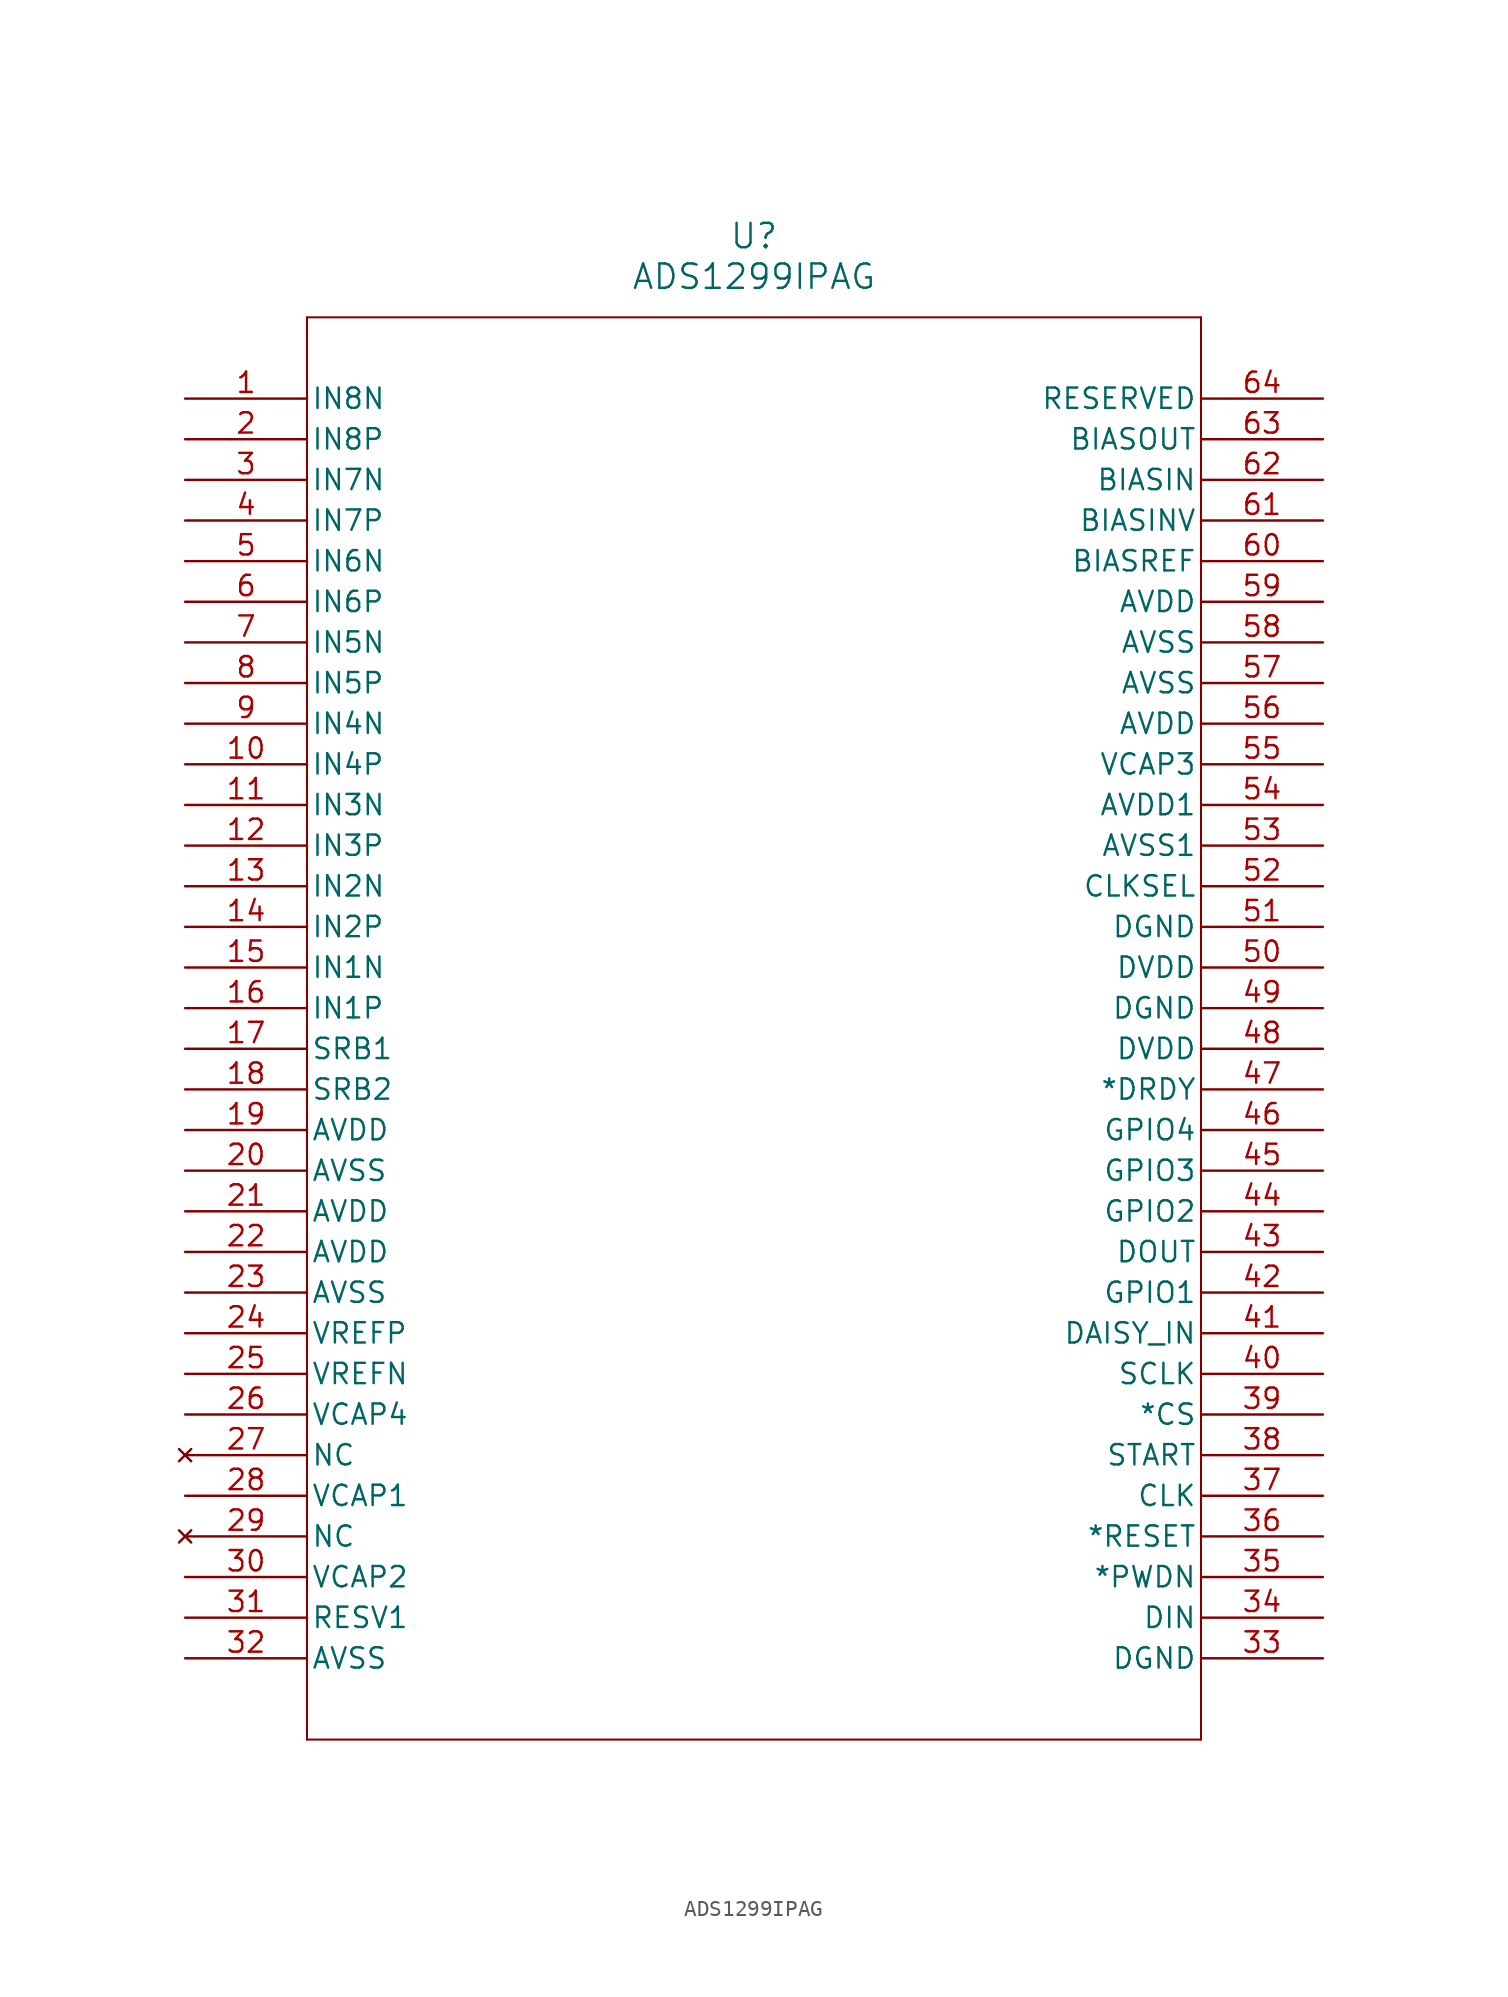
<source format=kicad_sym>
(kicad_symbol_lib
  (version 20211014)
  (generator kicad_symbol_editor)
  (symbol "ADS1299IPAG"
    (pin_names
      (offset 0.254))
    (property "Reference" "U"
      (at 35.56 10.16 0)
      (effects (font (size 1.524 1.524))))
    (property "Value" "ADS1299IPAG"
      (at 35.56 7.62 0)
      (effects (font (size 1.524 1.524))))
    (symbol "ADS1299IPAG_0_1"
      (polyline (pts (xy 7.62 5.08) (xy 7.62 -83.82)) (stroke (width 0.127) (type default) (color 0 0 0 0)) (fill (type none)))
      (polyline (pts (xy 7.62 -83.82) (xy 63.5 -83.82)) (stroke (width 0.127) (type default) (color 0 0 0 0)) (fill (type none)))
      (polyline (pts (xy 63.5 -83.82) (xy 63.5 5.08)) (stroke (width 0.127) (type default) (color 0 0 0 0)) (fill (type none)))
      (polyline (pts (xy 63.5 5.08) (xy 7.62 5.08)) (stroke (width 0.127) (type default) (color 0 0 0 0)) (fill (type none)))
      (pin input line (at 0 0 0) (length 7.62) (name "IN8N" (effects (font (size 1.27 1.27)))) (number "1" (effects (font (size 1.27 1.27)))))
      (pin input line (at 0 -2.54 0) (length 7.62) (name "IN8P" (effects (font (size 1.27 1.27)))) (number "2" (effects (font (size 1.27 1.27)))))
      (pin input line (at 0 -5.08 0) (length 7.62) (name "IN7N" (effects (font (size 1.27 1.27)))) (number "3" (effects (font (size 1.27 1.27)))))
      (pin input line (at 0 -7.62 0) (length 7.62) (name "IN7P" (effects (font (size 1.27 1.27)))) (number "4" (effects (font (size 1.27 1.27)))))
      (pin input line (at 0 -10.16 0) (length 7.62) (name "IN6N" (effects (font (size 1.27 1.27)))) (number "5" (effects (font (size 1.27 1.27)))))
      (pin input line (at 0 -12.7 0) (length 7.62) (name "IN6P" (effects (font (size 1.27 1.27)))) (number "6" (effects (font (size 1.27 1.27)))))
      (pin input line (at 0 -15.24 0) (length 7.62) (name "IN5N" (effects (font (size 1.27 1.27)))) (number "7" (effects (font (size 1.27 1.27)))))
      (pin input line (at 0 -17.78 0) (length 7.62) (name "IN5P" (effects (font (size 1.27 1.27)))) (number "8" (effects (font (size 1.27 1.27)))))
      (pin input line (at 0 -20.32 0) (length 7.62) (name "IN4N" (effects (font (size 1.27 1.27)))) (number "9" (effects (font (size 1.27 1.27)))))
      (pin input line (at 0 -22.86 0) (length 7.62) (name "IN4P" (effects (font (size 1.27 1.27)))) (number "10" (effects (font (size 1.27 1.27)))))
      (pin input line (at 0 -25.4 0) (length 7.62) (name "IN3N" (effects (font (size 1.27 1.27)))) (number "11" (effects (font (size 1.27 1.27)))))
      (pin input line (at 0 -27.94 0) (length 7.62) (name "IN3P" (effects (font (size 1.27 1.27)))) (number "12" (effects (font (size 1.27 1.27)))))
      (pin input line (at 0 -30.48 0) (length 7.62) (name "IN2N" (effects (font (size 1.27 1.27)))) (number "13" (effects (font (size 1.27 1.27)))))
      (pin input line (at 0 -33.02 0) (length 7.62) (name "IN2P" (effects (font (size 1.27 1.27)))) (number "14" (effects (font (size 1.27 1.27)))))
      (pin input line (at 0 -35.56 0) (length 7.62) (name "IN1N" (effects (font (size 1.27 1.27)))) (number "15" (effects (font (size 1.27 1.27)))))
      (pin input line (at 0 -38.1 0) (length 7.62) (name "IN1P" (effects (font (size 1.27 1.27)))) (number "16" (effects (font (size 1.27 1.27)))))
      (pin bidirectional line (at 0 -40.64 0) (length 7.62) (name "SRB1" (effects (font (size 1.27 1.27)))) (number "17" (effects (font (size 1.27 1.27)))))
      (pin bidirectional line (at 0 -43.18 0) (length 7.62) (name "SRB2" (effects (font (size 1.27 1.27)))) (number "18" (effects (font (size 1.27 1.27)))))
      (pin power_in line (at 0 -45.72 0) (length 7.62) (name "AVDD" (effects (font (size 1.27 1.27)))) (number "19" (effects (font (size 1.27 1.27)))))
      (pin power_in line (at 0 -48.26 0) (length 7.62) (name "AVSS" (effects (font (size 1.27 1.27)))) (number "20" (effects (font (size 1.27 1.27)))))
      (pin power_in line (at 0 -50.8 0) (length 7.62) (name "AVDD" (effects (font (size 1.27 1.27)))) (number "21" (effects (font (size 1.27 1.27)))))
      (pin power_in line (at 0 -53.34 0) (length 7.62) (name "AVDD" (effects (font (size 1.27 1.27)))) (number "22" (effects (font (size 1.27 1.27)))))
      (pin power_in line (at 0 -55.88 0) (length 7.62) (name "AVSS" (effects (font (size 1.27 1.27)))) (number "23" (effects (font (size 1.27 1.27)))))
      (pin bidirectional line (at 0 -58.42 0) (length 7.62) (name "VREFP" (effects (font (size 1.27 1.27)))) (number "24" (effects (font (size 1.27 1.27)))))
      (pin input line (at 0 -60.96 0) (length 7.62) (name "VREFN" (effects (font (size 1.27 1.27)))) (number "25" (effects (font (size 1.27 1.27)))))
      (pin output line (at 0 -63.5 0) (length 7.62) (name "VCAP4" (effects (font (size 1.27 1.27)))) (number "26" (effects (font (size 1.27 1.27)))))
      (pin no_connect line (at 0 -66.04 0) (length 7.62) (name "NC" (effects (font (size 1.27 1.27)))) (number "27" (effects (font (size 1.27 1.27)))))
      (pin unspecified line (at 0 -68.58 0) (length 7.62) (name "VCAP1" (effects (font (size 1.27 1.27)))) (number "28" (effects (font (size 1.27 1.27)))))
      (pin no_connect line (at 0 -71.12 0) (length 7.62) (name "NC" (effects (font (size 1.27 1.27)))) (number "29" (effects (font (size 1.27 1.27)))))
      (pin unspecified line (at 0 -73.66 0) (length 7.62) (name "VCAP2" (effects (font (size 1.27 1.27)))) (number "30" (effects (font (size 1.27 1.27)))))
      (pin input line (at 0 -76.2 0) (length 7.62) (name "RESV1" (effects (font (size 1.27 1.27)))) (number "31" (effects (font (size 1.27 1.27)))))
      (pin power_in line (at 0 -78.74 0) (length 7.62) (name "AVSS" (effects (font (size 1.27 1.27)))) (number "32" (effects (font (size 1.27 1.27)))))
      (pin power_in line (at 71.12 -78.74 180) (length 7.62) (name "DGND" (effects (font (size 1.27 1.27)))) (number "33" (effects (font (size 1.27 1.27)))))
      (pin input line (at 71.12 -76.2 180) (length 7.62) (name "DIN" (effects (font (size 1.27 1.27)))) (number "34" (effects (font (size 1.27 1.27)))))
      (pin power_in line (at 71.12 -73.66 180) (length 7.62) (name "*PWDN" (effects (font (size 1.27 1.27)))) (number "35" (effects (font (size 1.27 1.27)))))
      (pin input line (at 71.12 -71.12 180) (length 7.62) (name "*RESET" (effects (font (size 1.27 1.27)))) (number "36" (effects (font (size 1.27 1.27)))))
      (pin input line (at 71.12 -68.58 180) (length 7.62) (name "CLK" (effects (font (size 1.27 1.27)))) (number "37" (effects (font (size 1.27 1.27)))))
      (pin input line (at 71.12 -66.04 180) (length 7.62) (name "START" (effects (font (size 1.27 1.27)))) (number "38" (effects (font (size 1.27 1.27)))))
      (pin input line (at 71.12 -63.5 180) (length 7.62) (name "*CS" (effects (font (size 1.27 1.27)))) (number "39" (effects (font (size 1.27 1.27)))))
      (pin input line (at 71.12 -60.96 180) (length 7.62) (name "SCLK" (effects (font (size 1.27 1.27)))) (number "40" (effects (font (size 1.27 1.27)))))
      (pin input line (at 71.12 -58.42 180) (length 7.62) (name "DAISY_IN" (effects (font (size 1.27 1.27)))) (number "41" (effects (font (size 1.27 1.27)))))
      (pin bidirectional line (at 71.12 -55.88 180) (length 7.62) (name "GPIO1" (effects (font (size 1.27 1.27)))) (number "42" (effects (font (size 1.27 1.27)))))
      (pin output line (at 71.12 -53.34 180) (length 7.62) (name "DOUT" (effects (font (size 1.27 1.27)))) (number "43" (effects (font (size 1.27 1.27)))))
      (pin bidirectional line (at 71.12 -50.8 180) (length 7.62) (name "GPIO2" (effects (font (size 1.27 1.27)))) (number "44" (effects (font (size 1.27 1.27)))))
      (pin bidirectional line (at 71.12 -48.26 180) (length 7.62) (name "GPIO3" (effects (font (size 1.27 1.27)))) (number "45" (effects (font (size 1.27 1.27)))))
      (pin bidirectional line (at 71.12 -45.72 180) (length 7.62) (name "GPIO4" (effects (font (size 1.27 1.27)))) (number "46" (effects (font (size 1.27 1.27)))))
      (pin output line (at 71.12 -43.18 180) (length 7.62) (name "*DRDY" (effects (font (size 1.27 1.27)))) (number "47" (effects (font (size 1.27 1.27)))))
      (pin power_in line (at 71.12 -40.64 180) (length 7.62) (name "DVDD" (effects (font (size 1.27 1.27)))) (number "48" (effects (font (size 1.27 1.27)))))
      (pin power_in line (at 71.12 -38.1 180) (length 7.62) (name "DGND" (effects (font (size 1.27 1.27)))) (number "49" (effects (font (size 1.27 1.27)))))
      (pin power_in line (at 71.12 -35.56 180) (length 7.62) (name "DVDD" (effects (font (size 1.27 1.27)))) (number "50" (effects (font (size 1.27 1.27)))))
      (pin power_in line (at 71.12 -33.02 180) (length 7.62) (name "DGND" (effects (font (size 1.27 1.27)))) (number "51" (effects (font (size 1.27 1.27)))))
      (pin input line (at 71.12 -30.48 180) (length 7.62) (name "CLKSEL" (effects (font (size 1.27 1.27)))) (number "52" (effects (font (size 1.27 1.27)))))
      (pin power_in line (at 71.12 -27.94 180) (length 7.62) (name "AVSS1" (effects (font (size 1.27 1.27)))) (number "53" (effects (font (size 1.27 1.27)))))
      (pin power_in line (at 71.12 -25.4 180) (length 7.62) (name "AVDD1" (effects (font (size 1.27 1.27)))) (number "54" (effects (font (size 1.27 1.27)))))
      (pin unspecified line (at 71.12 -22.86 180) (length 7.62) (name "VCAP3" (effects (font (size 1.27 1.27)))) (number "55" (effects (font (size 1.27 1.27)))))
      (pin power_in line (at 71.12 -20.32 180) (length 7.62) (name "AVDD" (effects (font (size 1.27 1.27)))) (number "56" (effects (font (size 1.27 1.27)))))
      (pin power_in line (at 71.12 -17.78 180) (length 7.62) (name "AVSS" (effects (font (size 1.27 1.27)))) (number "57" (effects (font (size 1.27 1.27)))))
      (pin power_in line (at 71.12 -15.24 180) (length 7.62) (name "AVSS" (effects (font (size 1.27 1.27)))) (number "58" (effects (font (size 1.27 1.27)))))
      (pin power_in line (at 71.12 -12.7 180) (length 7.62) (name "AVDD" (effects (font (size 1.27 1.27)))) (number "59" (effects (font (size 1.27 1.27)))))
      (pin input line (at 71.12 -10.16 180) (length 7.62) (name "BIASREF" (effects (font (size 1.27 1.27)))) (number "60" (effects (font (size 1.27 1.27)))))
      (pin bidirectional line (at 71.12 -7.62 180) (length 7.62) (name "BIASINV" (effects (font (size 1.27 1.27)))) (number "61" (effects (font (size 1.27 1.27)))))
      (pin input line (at 71.12 -5.08 180) (length 7.62) (name "BIASIN" (effects (font (size 1.27 1.27)))) (number "62" (effects (font (size 1.27 1.27)))))
      (pin output line (at 71.12 -2.54 180) (length 7.62) (name "BIASOUT" (effects (font (size 1.27 1.27)))) (number "63" (effects (font (size 1.27 1.27)))))
      (pin output line (at 71.12 0 180) (length 7.62) (name "RESERVED" (effects (font (size 1.27 1.27)))) (number "64" (effects (font (size 1.27 1.27))))))))
</source>
